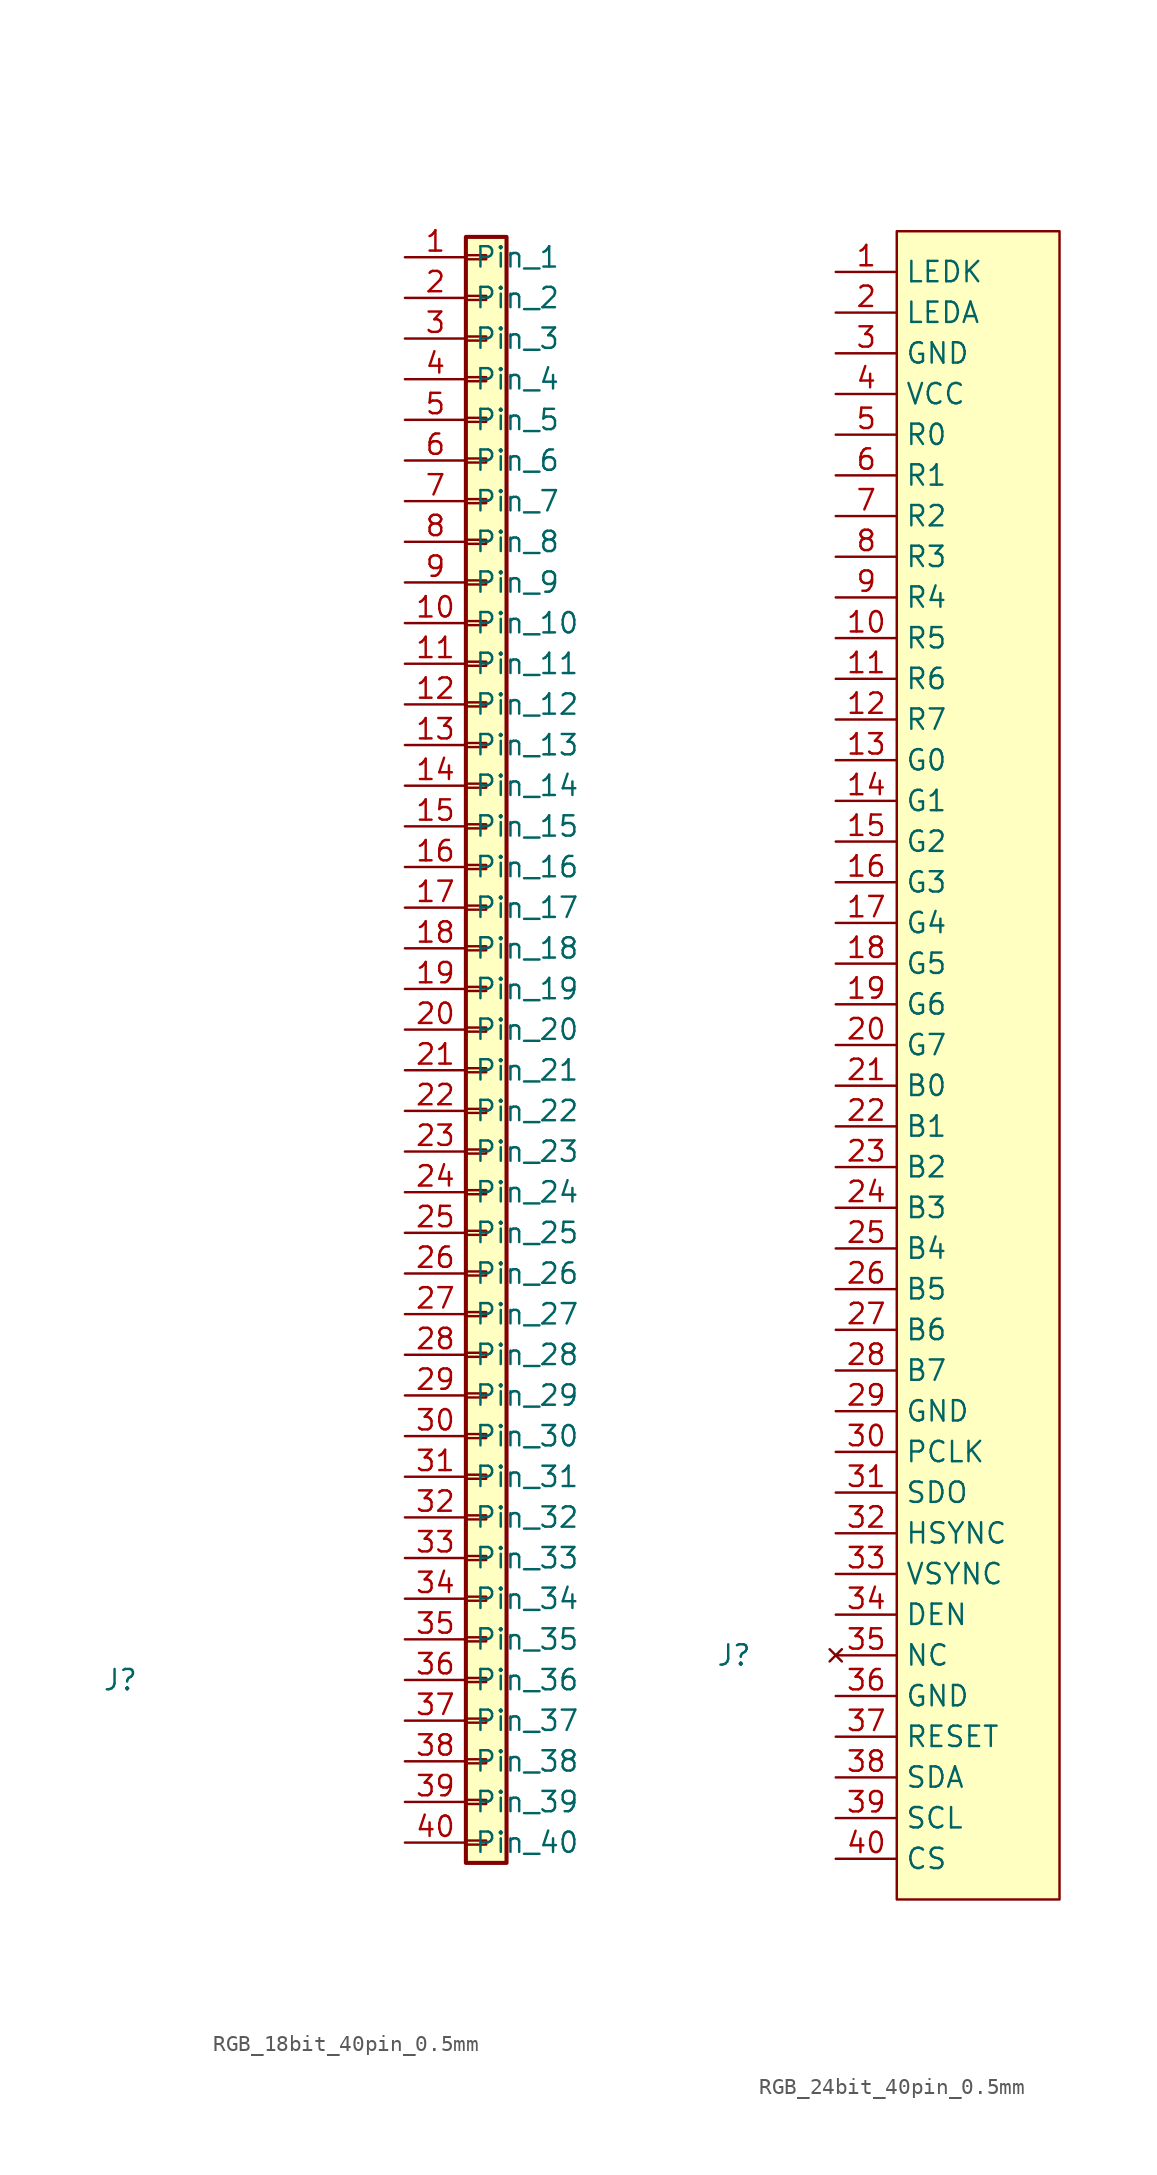
<source format=kicad_sym>
(kicad_symbol_lib
  (version 20241209)
  (generator "kicad_symbol_editor")
  (generator_version "9.0")
  (symbol "RGB_18bit_40pin_0.5mm"
    (property "Reference" "J"
      (at 0 0 0)
      (effects (font (size 1.27 1.27))))
    (property "Value" ""
      (at 0 0 0)
      (effects (font (size 1.27 1.27))))
    (symbol "RGB_18bit_40pin_0.5mm_1_1"
      (rectangle (start 21.59 90.17) (end 24.13 -11.43) (stroke (width 0.254) (type default)) (fill (type background)))
      (rectangle (start 21.59 89.027) (end 22.86 88.773) (stroke (width 0.152) (type default)) (fill (type none)))
      (rectangle (start 21.59 86.487) (end 22.86 86.233) (stroke (width 0.152) (type default)) (fill (type none)))
      (rectangle (start 21.59 83.947) (end 22.86 83.693) (stroke (width 0.152) (type default)) (fill (type none)))
      (rectangle (start 21.59 81.407) (end 22.86 81.153) (stroke (width 0.152) (type default)) (fill (type none)))
      (rectangle (start 21.59 78.867) (end 22.86 78.613) (stroke (width 0.152) (type default)) (fill (type none)))
      (rectangle (start 21.59 76.327) (end 22.86 76.073) (stroke (width 0.152) (type default)) (fill (type none)))
      (rectangle (start 21.59 73.787) (end 22.86 73.533) (stroke (width 0.152) (type default)) (fill (type none)))
      (rectangle (start 21.59 71.247) (end 22.86 70.993) (stroke (width 0.152) (type default)) (fill (type none)))
      (rectangle (start 21.59 68.707) (end 22.86 68.453) (stroke (width 0.152) (type default)) (fill (type none)))
      (rectangle (start 21.59 66.167) (end 22.86 65.913) (stroke (width 0.152) (type default)) (fill (type none)))
      (rectangle (start 21.59 63.627) (end 22.86 63.373) (stroke (width 0.152) (type default)) (fill (type none)))
      (rectangle (start 21.59 61.087) (end 22.86 60.833) (stroke (width 0.152) (type default)) (fill (type none)))
      (rectangle (start 21.59 58.547) (end 22.86 58.293) (stroke (width 0.152) (type default)) (fill (type none)))
      (rectangle (start 21.59 56.007) (end 22.86 55.753) (stroke (width 0.152) (type default)) (fill (type none)))
      (rectangle (start 21.59 53.467) (end 22.86 53.213) (stroke (width 0.152) (type default)) (fill (type none)))
      (rectangle (start 21.59 50.927) (end 22.86 50.673) (stroke (width 0.152) (type default)) (fill (type none)))
      (rectangle (start 21.59 48.387) (end 22.86 48.133) (stroke (width 0.152) (type default)) (fill (type none)))
      (rectangle (start 21.59 45.847) (end 22.86 45.593) (stroke (width 0.152) (type default)) (fill (type none)))
      (rectangle (start 21.59 43.307) (end 22.86 43.053) (stroke (width 0.152) (type default)) (fill (type none)))
      (rectangle (start 21.59 40.767) (end 22.86 40.513) (stroke (width 0.152) (type default)) (fill (type none)))
      (rectangle (start 21.59 38.227) (end 22.86 37.973) (stroke (width 0.152) (type default)) (fill (type none)))
      (rectangle (start 21.59 35.687) (end 22.86 35.433) (stroke (width 0.152) (type default)) (fill (type none)))
      (rectangle (start 21.59 33.147) (end 22.86 32.893) (stroke (width 0.152) (type default)) (fill (type none)))
      (rectangle (start 21.59 30.607) (end 22.86 30.353) (stroke (width 0.152) (type default)) (fill (type none)))
      (rectangle (start 21.59 28.067) (end 22.86 27.813) (stroke (width 0.152) (type default)) (fill (type none)))
      (rectangle (start 21.59 25.527) (end 22.86 25.273) (stroke (width 0.152) (type default)) (fill (type none)))
      (rectangle (start 21.59 22.987) (end 22.86 22.733) (stroke (width 0.152) (type default)) (fill (type none)))
      (rectangle (start 21.59 20.447) (end 22.86 20.193) (stroke (width 0.152) (type default)) (fill (type none)))
      (rectangle (start 21.59 17.907) (end 22.86 17.653) (stroke (width 0.152) (type default)) (fill (type none)))
      (rectangle (start 21.59 15.367) (end 22.86 15.113) (stroke (width 0.152) (type default)) (fill (type none)))
      (rectangle (start 21.59 12.827) (end 22.86 12.573) (stroke (width 0.152) (type default)) (fill (type none)))
      (rectangle (start 21.59 10.287) (end 22.86 10.033) (stroke (width 0.152) (type default)) (fill (type none)))
      (rectangle (start 21.59 7.747) (end 22.86 7.493) (stroke (width 0.152) (type default)) (fill (type none)))
      (rectangle (start 21.59 5.207) (end 22.86 4.953) (stroke (width 0.152) (type default)) (fill (type none)))
      (rectangle (start 21.59 2.667) (end 22.86 2.413) (stroke (width 0.152) (type default)) (fill (type none)))
      (rectangle (start 21.59 0.127) (end 22.86 -0.127) (stroke (width 0.152) (type default)) (fill (type none)))
      (rectangle (start 21.59 -2.413) (end 22.86 -2.667) (stroke (width 0.152) (type default)) (fill (type none)))
      (rectangle (start 21.59 -4.953) (end 22.86 -5.207) (stroke (width 0.152) (type default)) (fill (type none)))
      (rectangle (start 21.59 -7.493) (end 22.86 -7.747) (stroke (width 0.152) (type default)) (fill (type none)))
      (rectangle (start 21.59 -10.033) (end 22.86 -10.287) (stroke (width 0.152) (type default)) (fill (type none)))
      (pin passive line (at 17.78 88.9 0) (length 3.81) (name "Pin_1" (effects (font (size 1.27 1.27)))) (number "1" (effects (font (size 1.27 1.27)))))
      (pin passive line (at 17.78 86.36 0) (length 3.81) (name "Pin_2" (effects (font (size 1.27 1.27)))) (number "2" (effects (font (size 1.27 1.27)))))
      (pin passive line (at 17.78 83.82 0) (length 3.81) (name "Pin_3" (effects (font (size 1.27 1.27)))) (number "3" (effects (font (size 1.27 1.27)))))
      (pin passive line (at 17.78 81.28 0) (length 3.81) (name "Pin_4" (effects (font (size 1.27 1.27)))) (number "4" (effects (font (size 1.27 1.27)))))
      (pin passive line (at 17.78 78.74 0) (length 3.81) (name "Pin_5" (effects (font (size 1.27 1.27)))) (number "5" (effects (font (size 1.27 1.27)))))
      (pin passive line (at 17.78 76.2 0) (length 3.81) (name "Pin_6" (effects (font (size 1.27 1.27)))) (number "6" (effects (font (size 1.27 1.27)))))
      (pin passive line (at 17.78 73.66 0) (length 3.81) (name "Pin_7" (effects (font (size 1.27 1.27)))) (number "7" (effects (font (size 1.27 1.27)))))
      (pin passive line (at 17.78 71.12 0) (length 3.81) (name "Pin_8" (effects (font (size 1.27 1.27)))) (number "8" (effects (font (size 1.27 1.27)))))
      (pin passive line (at 17.78 68.58 0) (length 3.81) (name "Pin_9" (effects (font (size 1.27 1.27)))) (number "9" (effects (font (size 1.27 1.27)))))
      (pin passive line (at 17.78 66.04 0) (length 3.81) (name "Pin_10" (effects (font (size 1.27 1.27)))) (number "10" (effects (font (size 1.27 1.27)))))
      (pin passive line (at 17.78 63.5 0) (length 3.81) (name "Pin_11" (effects (font (size 1.27 1.27)))) (number "11" (effects (font (size 1.27 1.27)))))
      (pin passive line (at 17.78 60.96 0) (length 3.81) (name "Pin_12" (effects (font (size 1.27 1.27)))) (number "12" (effects (font (size 1.27 1.27)))))
      (pin passive line (at 17.78 58.42 0) (length 3.81) (name "Pin_13" (effects (font (size 1.27 1.27)))) (number "13" (effects (font (size 1.27 1.27)))))
      (pin passive line (at 17.78 55.88 0) (length 3.81) (name "Pin_14" (effects (font (size 1.27 1.27)))) (number "14" (effects (font (size 1.27 1.27)))))
      (pin passive line (at 17.78 53.34 0) (length 3.81) (name "Pin_15" (effects (font (size 1.27 1.27)))) (number "15" (effects (font (size 1.27 1.27)))))
      (pin passive line (at 17.78 50.8 0) (length 3.81) (name "Pin_16" (effects (font (size 1.27 1.27)))) (number "16" (effects (font (size 1.27 1.27)))))
      (pin passive line (at 17.78 48.26 0) (length 3.81) (name "Pin_17" (effects (font (size 1.27 1.27)))) (number "17" (effects (font (size 1.27 1.27)))))
      (pin passive line (at 17.78 45.72 0) (length 3.81) (name "Pin_18" (effects (font (size 1.27 1.27)))) (number "18" (effects (font (size 1.27 1.27)))))
      (pin passive line (at 17.78 43.18 0) (length 3.81) (name "Pin_19" (effects (font (size 1.27 1.27)))) (number "19" (effects (font (size 1.27 1.27)))))
      (pin passive line (at 17.78 40.64 0) (length 3.81) (name "Pin_20" (effects (font (size 1.27 1.27)))) (number "20" (effects (font (size 1.27 1.27)))))
      (pin passive line (at 17.78 38.1 0) (length 3.81) (name "Pin_21" (effects (font (size 1.27 1.27)))) (number "21" (effects (font (size 1.27 1.27)))))
      (pin passive line (at 17.78 35.56 0) (length 3.81) (name "Pin_22" (effects (font (size 1.27 1.27)))) (number "22" (effects (font (size 1.27 1.27)))))
      (pin passive line (at 17.78 33.02 0) (length 3.81) (name "Pin_23" (effects (font (size 1.27 1.27)))) (number "23" (effects (font (size 1.27 1.27)))))
      (pin passive line (at 17.78 30.48 0) (length 3.81) (name "Pin_24" (effects (font (size 1.27 1.27)))) (number "24" (effects (font (size 1.27 1.27)))))
      (pin passive line (at 17.78 27.94 0) (length 3.81) (name "Pin_25" (effects (font (size 1.27 1.27)))) (number "25" (effects (font (size 1.27 1.27)))))
      (pin passive line (at 17.78 25.4 0) (length 3.81) (name "Pin_26" (effects (font (size 1.27 1.27)))) (number "26" (effects (font (size 1.27 1.27)))))
      (pin passive line (at 17.78 22.86 0) (length 3.81) (name "Pin_27" (effects (font (size 1.27 1.27)))) (number "27" (effects (font (size 1.27 1.27)))))
      (pin passive line (at 17.78 20.32 0) (length 3.81) (name "Pin_28" (effects (font (size 1.27 1.27)))) (number "28" (effects (font (size 1.27 1.27)))))
      (pin passive line (at 17.78 17.78 0) (length 3.81) (name "Pin_29" (effects (font (size 1.27 1.27)))) (number "29" (effects (font (size 1.27 1.27)))))
      (pin passive line (at 17.78 15.24 0) (length 3.81) (name "Pin_30" (effects (font (size 1.27 1.27)))) (number "30" (effects (font (size 1.27 1.27)))))
      (pin passive line (at 17.78 12.7 0) (length 3.81) (name "Pin_31" (effects (font (size 1.27 1.27)))) (number "31" (effects (font (size 1.27 1.27)))))
      (pin passive line (at 17.78 10.16 0) (length 3.81) (name "Pin_32" (effects (font (size 1.27 1.27)))) (number "32" (effects (font (size 1.27 1.27)))))
      (pin passive line (at 17.78 7.62 0) (length 3.81) (name "Pin_33" (effects (font (size 1.27 1.27)))) (number "33" (effects (font (size 1.27 1.27)))))
      (pin passive line (at 17.78 5.08 0) (length 3.81) (name "Pin_34" (effects (font (size 1.27 1.27)))) (number "34" (effects (font (size 1.27 1.27)))))
      (pin passive line (at 17.78 2.54 0) (length 3.81) (name "Pin_35" (effects (font (size 1.27 1.27)))) (number "35" (effects (font (size 1.27 1.27)))))
      (pin passive line (at 17.78 0 0) (length 3.81) (name "Pin_36" (effects (font (size 1.27 1.27)))) (number "36" (effects (font (size 1.27 1.27)))))
      (pin passive line (at 17.78 -2.54 0) (length 3.81) (name "Pin_37" (effects (font (size 1.27 1.27)))) (number "37" (effects (font (size 1.27 1.27)))))
      (pin passive line (at 17.78 -5.08 0) (length 3.81) (name "Pin_38" (effects (font (size 1.27 1.27)))) (number "38" (effects (font (size 1.27 1.27)))))
      (pin passive line (at 17.78 -7.62 0) (length 3.81) (name "Pin_39" (effects (font (size 1.27 1.27)))) (number "39" (effects (font (size 1.27 1.27)))))
      (pin passive line (at 17.78 -10.16 0) (length 3.81) (name "Pin_40" (effects (font (size 1.27 1.27)))) (number "40" (effects (font (size 1.27 1.27)))))))
  (symbol "RGB_24bit_40pin_0.5mm"
    (property "Reference" "J"
      (at -10.16 15.24 0)
      (effects (font (size 1.27 1.27))))
    (property "Value" ""
      (at 0 0 0)
      (effects (font (size 1.27 1.27))))
    (symbol "RGB_24bit_40pin_0.5mm_1_1"
      (rectangle (start 0 104.14) (end 10.16 0) (stroke (width 0) (type solid)) (fill (type background)))
      (pin power_in line (at -3.81 101.6 0) (length 3.81) (name "LEDK" (effects (font (size 1.27 1.27)))) (number "1" (effects (font (size 1.27 1.27)))))
      (pin power_in line (at -3.81 99.06 0) (length 3.81) (name "LEDA" (effects (font (size 1.27 1.27)))) (number "2" (effects (font (size 1.27 1.27)))))
      (pin power_in line (at -3.81 96.52 0) (length 3.81) (name "GND" (effects (font (size 1.27 1.27)))) (number "3" (effects (font (size 1.27 1.27)))))
      (pin power_in line (at -3.81 93.98 0) (length 3.81) (name "VCC" (effects (font (size 1.27 1.27)))) (number "4" (effects (font (size 1.27 1.27)))))
      (pin unspecified line (at -3.81 91.44 0) (length 3.81) (name "R0" (effects (font (size 1.27 1.27)))) (number "5" (effects (font (size 1.27 1.27)))))
      (pin unspecified line (at -3.81 88.9 0) (length 3.81) (name "R1" (effects (font (size 1.27 1.27)))) (number "6" (effects (font (size 1.27 1.27)))))
      (pin unspecified line (at -3.81 86.36 0) (length 3.81) (name "R2" (effects (font (size 1.27 1.27)))) (number "7" (effects (font (size 1.27 1.27)))))
      (pin unspecified line (at -3.81 83.82 0) (length 3.81) (name "R3" (effects (font (size 1.27 1.27)))) (number "8" (effects (font (size 1.27 1.27)))))
      (pin unspecified line (at -3.81 81.28 0) (length 3.81) (name "R4" (effects (font (size 1.27 1.27)))) (number "9" (effects (font (size 1.27 1.27)))))
      (pin unspecified line (at -3.81 78.74 0) (length 3.81) (name "R5" (effects (font (size 1.27 1.27)))) (number "10" (effects (font (size 1.27 1.27)))))
      (pin unspecified line (at -3.81 76.2 0) (length 3.81) (name "R6" (effects (font (size 1.27 1.27)))) (number "11" (effects (font (size 1.27 1.27)))))
      (pin unspecified line (at -3.81 73.66 0) (length 3.81) (name "R7" (effects (font (size 1.27 1.27)))) (number "12" (effects (font (size 1.27 1.27)))))
      (pin unspecified line (at -3.81 71.12 0) (length 3.81) (name "G0" (effects (font (size 1.27 1.27)))) (number "13" (effects (font (size 1.27 1.27)))))
      (pin unspecified line (at -3.81 68.58 0) (length 3.81) (name "G1" (effects (font (size 1.27 1.27)))) (number "14" (effects (font (size 1.27 1.27)))))
      (pin unspecified line (at -3.81 66.04 0) (length 3.81) (name "G2" (effects (font (size 1.27 1.27)))) (number "15" (effects (font (size 1.27 1.27)))))
      (pin unspecified line (at -3.81 63.5 0) (length 3.81) (name "G3" (effects (font (size 1.27 1.27)))) (number "16" (effects (font (size 1.27 1.27)))))
      (pin unspecified line (at -3.81 60.96 0) (length 3.81) (name "G4" (effects (font (size 1.27 1.27)))) (number "17" (effects (font (size 1.27 1.27)))))
      (pin unspecified line (at -3.81 58.42 0) (length 3.81) (name "G5" (effects (font (size 1.27 1.27)))) (number "18" (effects (font (size 1.27 1.27)))))
      (pin unspecified line (at -3.81 55.88 0) (length 3.81) (name "G6" (effects (font (size 1.27 1.27)))) (number "19" (effects (font (size 1.27 1.27)))))
      (pin unspecified line (at -3.81 53.34 0) (length 3.81) (name "G7" (effects (font (size 1.27 1.27)))) (number "20" (effects (font (size 1.27 1.27)))))
      (pin unspecified line (at -3.81 50.8 0) (length 3.81) (name "B0" (effects (font (size 1.27 1.27)))) (number "21" (effects (font (size 1.27 1.27)))))
      (pin unspecified line (at -3.81 48.26 0) (length 3.81) (name "B1" (effects (font (size 1.27 1.27)))) (number "22" (effects (font (size 1.27 1.27)))))
      (pin unspecified line (at -3.81 45.72 0) (length 3.81) (name "B2" (effects (font (size 1.27 1.27)))) (number "23" (effects (font (size 1.27 1.27)))))
      (pin unspecified line (at -3.81 43.18 0) (length 3.81) (name "B3" (effects (font (size 1.27 1.27)))) (number "24" (effects (font (size 1.27 1.27)))))
      (pin unspecified line (at -3.81 40.64 0) (length 3.81) (name "B4" (effects (font (size 1.27 1.27)))) (number "25" (effects (font (size 1.27 1.27)))))
      (pin unspecified line (at -3.81 38.1 0) (length 3.81) (name "B5" (effects (font (size 1.27 1.27)))) (number "26" (effects (font (size 1.27 1.27)))))
      (pin unspecified line (at -3.81 35.56 0) (length 3.81) (name "B6" (effects (font (size 1.27 1.27)))) (number "27" (effects (font (size 1.27 1.27)))))
      (pin unspecified line (at -3.81 33.02 0) (length 3.81) (name "B7" (effects (font (size 1.27 1.27)))) (number "28" (effects (font (size 1.27 1.27)))))
      (pin power_in line (at -3.81 30.48 0) (length 3.81) (name "GND" (effects (font (size 1.27 1.27)))) (number "29" (effects (font (size 1.27 1.27)))))
      (pin unspecified line (at -3.81 27.94 0) (length 3.81) (name "PCLK" (effects (font (size 1.27 1.27)))) (number "30" (effects (font (size 1.27 1.27)))))
      (pin unspecified line (at -3.81 25.4 0) (length 3.81) (name "SDO" (effects (font (size 1.27 1.27)))) (number "31" (effects (font (size 1.27 1.27)))))
      (pin unspecified line (at -3.81 22.86 0) (length 3.81) (name "HSYNC" (effects (font (size 1.27 1.27)))) (number "32" (effects (font (size 1.27 1.27)))))
      (pin unspecified line (at -3.81 20.32 0) (length 3.81) (name "VSYNC" (effects (font (size 1.27 1.27)))) (number "33" (effects (font (size 1.27 1.27)))))
      (pin unspecified line (at -3.81 17.78 0) (length 3.81) (name "DEN" (effects (font (size 1.27 1.27)))) (number "34" (effects (font (size 1.27 1.27)))))
      (pin no_connect line (at -3.81 15.24 0) (length 3.81) (name "NC" (effects (font (size 1.27 1.27)))) (number "35" (effects (font (size 1.27 1.27)))))
      (pin power_in line (at -3.81 12.7 0) (length 3.81) (name "GND" (effects (font (size 1.27 1.27)))) (number "36" (effects (font (size 1.27 1.27)))))
      (pin unspecified line (at -3.81 10.16 0) (length 3.81) (name "RESET" (effects (font (size 1.27 1.27)))) (number "37" (effects (font (size 1.27 1.27)))))
      (pin unspecified line (at -3.81 7.62 0) (length 3.81) (name "SDA" (effects (font (size 1.27 1.27)))) (number "38" (effects (font (size 1.27 1.27)))))
      (pin unspecified line (at -3.81 5.08 0) (length 3.81) (name "SCL" (effects (font (size 1.27 1.27)))) (number "39" (effects (font (size 1.27 1.27)))))
      (pin unspecified line (at -3.81 2.54 0) (length 3.81) (name "CS" (effects (font (size 1.27 1.27)))) (number "40" (effects (font (size 1.27 1.27))))))))
</source>
